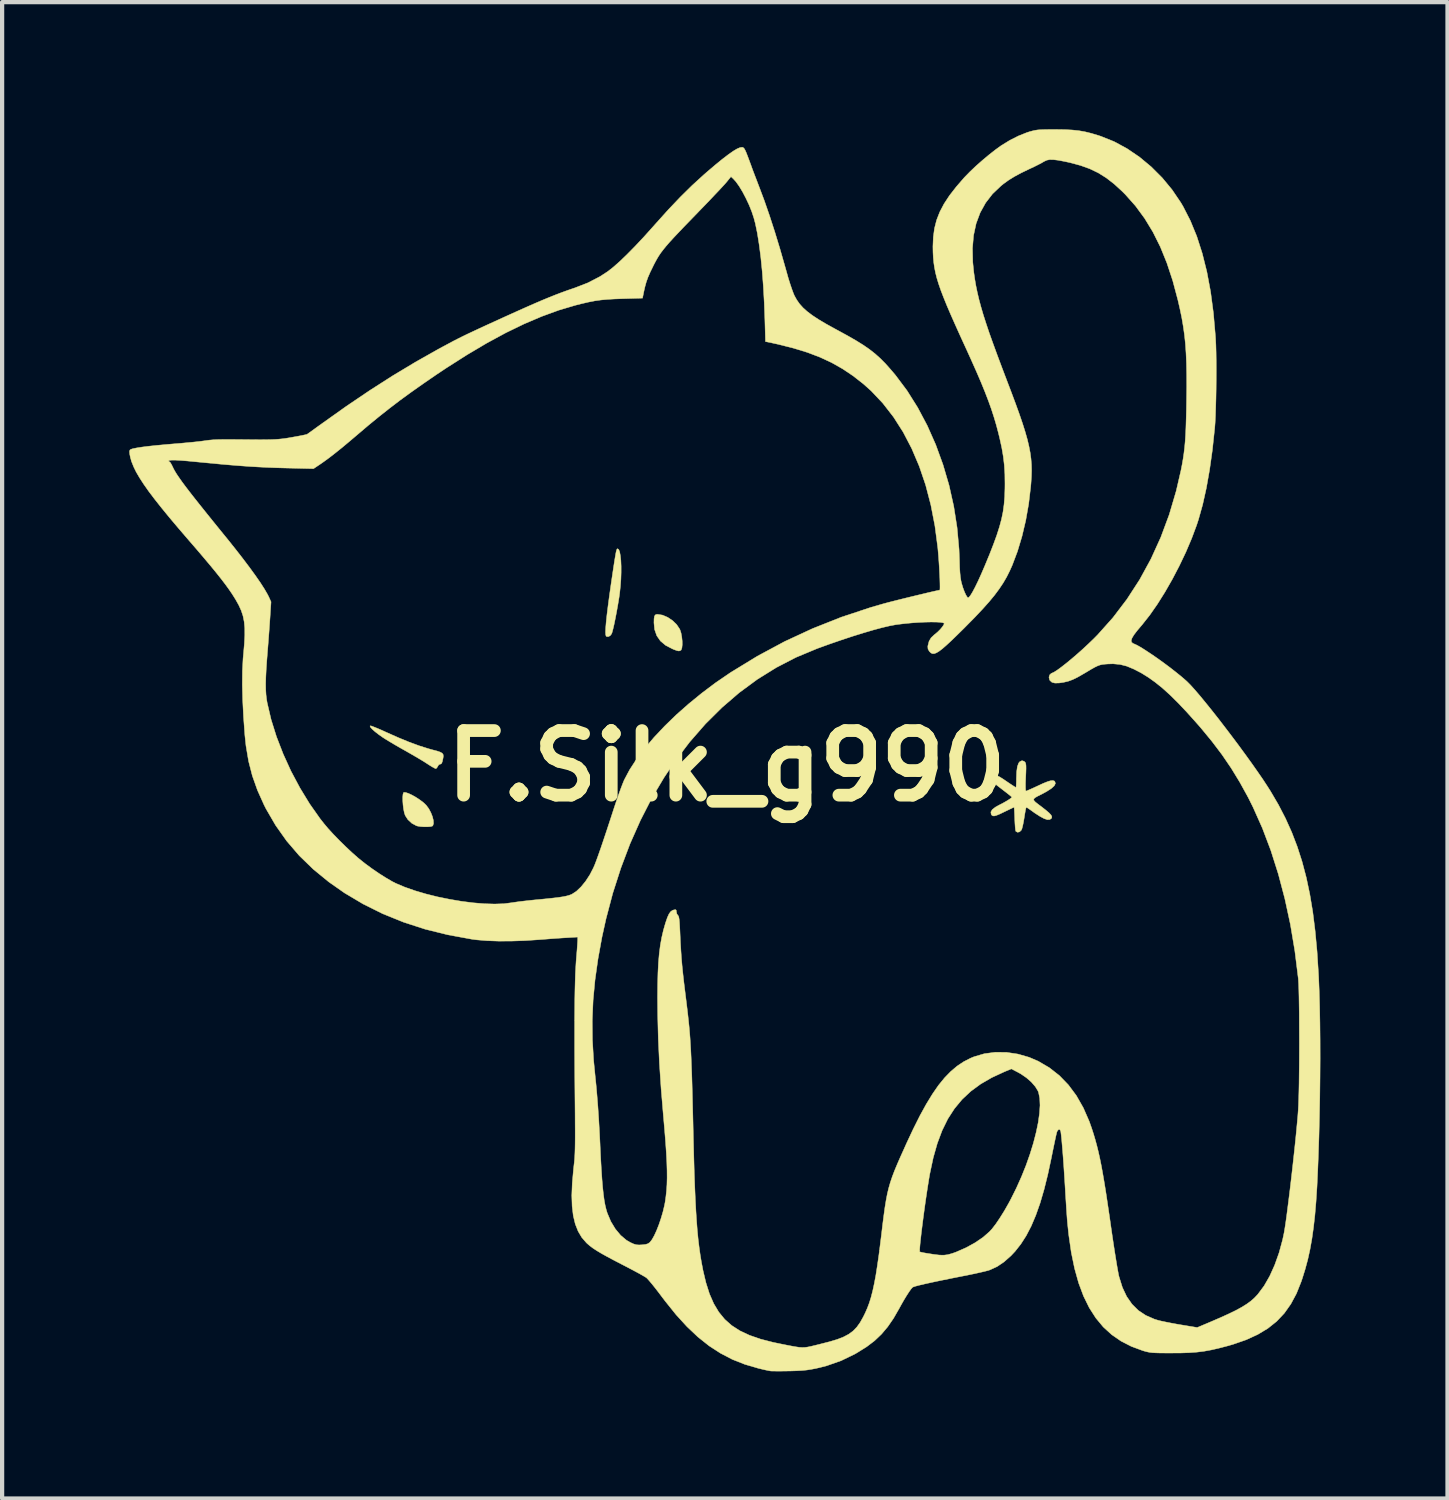
<source format=kicad_pcb>
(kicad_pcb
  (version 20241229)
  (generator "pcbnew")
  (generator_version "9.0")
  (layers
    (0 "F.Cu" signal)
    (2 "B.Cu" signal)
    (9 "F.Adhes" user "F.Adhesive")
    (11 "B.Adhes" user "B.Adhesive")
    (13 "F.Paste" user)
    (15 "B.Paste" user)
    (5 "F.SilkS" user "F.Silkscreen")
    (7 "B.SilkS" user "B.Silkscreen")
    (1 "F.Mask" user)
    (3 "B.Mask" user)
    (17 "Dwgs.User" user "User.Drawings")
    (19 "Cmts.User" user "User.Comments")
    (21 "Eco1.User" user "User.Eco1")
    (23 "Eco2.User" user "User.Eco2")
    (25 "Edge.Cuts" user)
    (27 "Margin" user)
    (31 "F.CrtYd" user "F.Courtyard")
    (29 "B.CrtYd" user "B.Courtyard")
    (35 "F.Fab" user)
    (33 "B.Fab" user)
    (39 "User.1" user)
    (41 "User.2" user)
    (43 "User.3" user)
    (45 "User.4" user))
  (footprint "F.Silk_g990"
    (layer "F.Cu")
    (at 14.094 15.022)
    (property "Reference" "F.Silk_g990" (at 0 0 0) (layer "F.SilkS") (effects (font (size 1.524 1.524) (thickness 0.3))))
    (attr through_hole)
    (fp_poly (pts (xy -1.512 -3.559) (xy -1.391 -3.507) (xy -1.277 -3.431) (xy -1.179 -3.336) (xy -1.109 -3.231) (xy -1.1 -3.213) (xy -1.075 -3.136) (xy -1.058 -3.044) (xy -1.048 -2.948) (xy -1.047 -2.858) (xy -1.055 -2.784) (xy -1.072 -2.738) (xy -1.079 -2.73) (xy -1.107 -2.716) (xy -1.136 -2.713) (xy -1.178 -2.723) (xy -1.243 -2.747) (xy -1.276 -2.761) (xy -1.437 -2.844) (xy -1.561 -2.948) (xy -1.648 -3.073) (xy -1.699 -3.22) (xy -1.714 -3.377) (xy -1.712 -3.471) (xy -1.703 -3.531) (xy -1.684 -3.563) (xy -1.652 -3.576) (xy -1.628 -3.577) (xy -1.512 -3.559)) (stroke (width 0.01) (type solid)) (fill yes) (layer "F.SilkS"))
    (fp_poly (pts (xy -7.572 0.626) (xy -7.504 0.649) (xy -7.419 0.689) (xy -7.328 0.741) (xy -7.237 0.801) (xy -7.156 0.862) (xy -7.093 0.922) (xy -7.089 0.926) (xy -7.028 1.008) (xy -6.978 1.101) (xy -6.941 1.195) (xy -6.919 1.284) (xy -6.915 1.357) (xy -6.931 1.408) (xy -6.943 1.419) (xy -6.986 1.431) (xy -7.056 1.436) (xy -7.141 1.436) (xy -7.225 1.43) (xy -7.296 1.418) (xy -7.319 1.411) (xy -7.428 1.352) (xy -7.522 1.264) (xy -7.584 1.167) (xy -7.605 1.102) (xy -7.622 1.017) (xy -7.634 0.921) (xy -7.641 0.826) (xy -7.642 0.739) (xy -7.636 0.67) (xy -7.623 0.63) (xy -7.616 0.624) (xy -7.572 0.626)) (stroke (width 0.01) (type solid)) (fill yes) (layer "F.SilkS"))
    (fp_poly (pts (xy -2.545 -5.106) (xy -2.523 -5.049) (xy -2.507 -4.962) (xy -2.495 -4.849) (xy -2.489 -4.715) (xy -2.489 -4.565) (xy -2.494 -4.406) (xy -2.506 -4.242) (xy -2.523 -4.08) (xy -2.537 -3.979) (xy -2.566 -3.803) (xy -2.596 -3.634) (xy -2.626 -3.479) (xy -2.654 -3.342) (xy -2.68 -3.231) (xy -2.701 -3.152) (xy -2.715 -3.115) (xy -2.749 -3.072) (xy -2.795 -3.05) (xy -2.836 -3.056) (xy -2.842 -3.061) (xy -2.853 -3.092) (xy -2.857 -3.156) (xy -2.853 -3.255) (xy -2.842 -3.39) (xy -2.824 -3.561) (xy -2.798 -3.771) (xy -2.765 -4.019) (xy -2.724 -4.307) (xy -2.698 -4.484) (xy -2.671 -4.665) (xy -2.649 -4.809) (xy -2.631 -4.919) (xy -2.617 -5.001) (xy -2.606 -5.058) (xy -2.596 -5.094) (xy -2.587 -5.115) (xy -2.578 -5.123) (xy -2.572 -5.125) (xy -2.545 -5.106)) (stroke (width 0.01) (type solid)) (fill yes) (layer "F.SilkS"))
    (fp_poly (pts (xy -8.38 -0.942) (xy -8.322 -0.92) (xy -8.237 -0.886) (xy -8.135 -0.842) (xy -8.019 -0.789) (xy -8.016 -0.788) (xy -7.751 -0.67) (xy -7.496 -0.565) (xy -7.257 -0.477) (xy -7.042 -0.409) (xy -6.943 -0.381) (xy -6.831 -0.352) (xy -6.756 -0.326) (xy -6.71 -0.3) (xy -6.688 -0.268) (xy -6.684 -0.226) (xy -6.691 -0.18) (xy -6.707 -0.105) (xy -6.723 -0.063) (xy -6.744 -0.045) (xy -6.765 -0.042) (xy -6.794 -0.025) (xy -6.816 0.011) (xy -6.84 0.05) (xy -6.863 0.064) (xy -6.891 0.052) (xy -6.946 0.022) (xy -7.016 -0.021) (xy -7.059 -0.049) (xy -7.133 -0.097) (xy -7.235 -0.159) (xy -7.354 -0.229) (xy -7.482 -0.303) (xy -7.596 -0.368) (xy -7.722 -0.439) (xy -7.846 -0.511) (xy -7.96 -0.579) (xy -8.055 -0.637) (xy -8.117 -0.677) (xy -8.216 -0.747) (xy -8.3 -0.813) (xy -8.363 -0.87) (xy -8.403 -0.914) (xy -8.413 -0.942) (xy -8.407 -0.947) (xy -8.38 -0.942)) (stroke (width 0.01) (type solid)) (fill yes) (layer "F.SilkS"))
    (fp_poly (pts (xy 7.019 -0.109) (xy 7.038 -0.092) (xy 7.051 -0.075) (xy 7.059 -0.048) (xy 7.064 -0.004) (xy 7.065 0.062) (xy 7.062 0.157) (xy 7.057 0.267) (xy 7.052 0.407) (xy 7.052 0.509) (xy 7.055 0.571) (xy 7.063 0.593) (xy 7.064 0.593) (xy 7.09 0.584) (xy 7.146 0.56) (xy 7.225 0.525) (xy 7.318 0.482) (xy 7.333 0.475) (xy 7.466 0.413) (xy 7.568 0.372) (xy 7.643 0.349) (xy 7.695 0.344) (xy 7.73 0.354) (xy 7.744 0.367) (xy 7.758 0.413) (xy 7.731 0.468) (xy 7.662 0.531) (xy 7.552 0.602) (xy 7.44 0.663) (xy 7.341 0.712) (xy 7.277 0.749) (xy 7.246 0.78) (xy 7.249 0.812) (xy 7.285 0.852) (xy 7.355 0.907) (xy 7.426 0.96) (xy 7.532 1.043) (xy 7.607 1.107) (xy 7.653 1.156) (xy 7.673 1.193) (xy 7.671 1.223) (xy 7.661 1.24) (xy 7.622 1.266) (xy 7.565 1.267) (xy 7.489 1.241) (xy 7.391 1.188) (xy 7.266 1.107) (xy 7.208 1.065) (xy 7.146 1.021) (xy 7.097 0.988) (xy 7.071 0.974) (xy 7.07 0.974) (xy 7.063 0.993) (xy 7.051 1.047) (xy 7.037 1.126) (xy 7.022 1.22) (xy 7.005 1.322) (xy 6.986 1.413) (xy 6.968 1.482) (xy 6.953 1.516) (xy 6.912 1.555) (xy 6.865 1.565) (xy 6.827 1.545) (xy 6.823 1.54) (xy 6.816 1.51) (xy 6.809 1.446) (xy 6.803 1.358) (xy 6.798 1.255) (xy 6.798 1.244) (xy 6.794 1.142) (xy 6.79 1.058) (xy 6.786 1) (xy 6.783 0.974) (xy 6.783 0.974) (xy 6.762 0.982) (xy 6.712 1.006) (xy 6.639 1.041) (xy 6.56 1.079) (xy 6.45 1.132) (xy 6.371 1.165) (xy 6.317 1.18) (xy 6.28 1.178) (xy 6.256 1.161) (xy 6.243 1.142) (xy 6.235 1.087) (xy 6.267 1.031) (xy 6.341 0.973) (xy 6.419 0.929) (xy 6.515 0.88) (xy 6.601 0.831) (xy 6.671 0.788) (xy 6.716 0.755) (xy 6.731 0.738) (xy 6.715 0.721) (xy 6.671 0.684) (xy 6.605 0.632) (xy 6.523 0.569) (xy 6.488 0.542) (xy 6.383 0.461) (xy 6.31 0.4) (xy 6.266 0.353) (xy 6.248 0.315) (xy 6.253 0.283) (xy 6.277 0.252) (xy 6.285 0.245) (xy 6.312 0.226) (xy 6.344 0.22) (xy 6.384 0.23) (xy 6.441 0.258) (xy 6.52 0.307) (xy 6.617 0.373) (xy 6.697 0.427) (xy 6.763 0.47) (xy 6.809 0.499) (xy 6.826 0.508) (xy 6.831 0.488) (xy 6.834 0.435) (xy 6.837 0.358) (xy 6.837 0.302) (xy 6.843 0.139) (xy 6.86 0.017) (xy 6.889 -0.066) (xy 6.917 -0.101) (xy 6.97 -0.125) (xy 7.019 -0.109)) (stroke (width 0.01) (type solid)) (fill yes) (layer "F.SilkS"))
    (fp_poly (pts (xy 7.975 -15.014) (xy 8.151 -15.005) (xy 8.308 -14.989) (xy 8.455 -14.963) (xy 8.605 -14.926) (xy 8.768 -14.877) (xy 8.832 -14.856) (xy 9.143 -14.731) (xy 9.448 -14.566) (xy 9.741 -14.367) (xy 10.019 -14.136) (xy 10.277 -13.878) (xy 10.511 -13.595) (xy 10.717 -13.291) (xy 10.77 -13.201) (xy 10.942 -12.865) (xy 11.093 -12.497) (xy 11.222 -12.095) (xy 11.331 -11.66) (xy 11.419 -11.191) (xy 11.486 -10.685) (xy 11.533 -10.144) (xy 11.537 -10.079) (xy 11.544 -9.936) (xy 11.549 -9.761) (xy 11.552 -9.561) (xy 11.553 -9.345) (xy 11.552 -9.118) (xy 11.55 -8.89) (xy 11.546 -8.666) (xy 11.54 -8.454) (xy 11.534 -8.262) (xy 11.526 -8.097) (xy 11.516 -7.967) (xy 11.515 -7.959) (xy 11.461 -7.453) (xy 11.395 -6.985) (xy 11.319 -6.556) (xy 11.232 -6.166) (xy 11.134 -5.816) (xy 11.09 -5.682) (xy 10.973 -5.368) (xy 10.836 -5.046) (xy 10.682 -4.723) (xy 10.516 -4.405) (xy 10.342 -4.101) (xy 10.163 -3.816) (xy 9.983 -3.558) (xy 9.806 -3.334) (xy 9.784 -3.308) (xy 9.682 -3.187) (xy 9.609 -3.091) (xy 9.565 -3.017) (xy 9.547 -2.961) (xy 9.554 -2.921) (xy 9.585 -2.893) (xy 9.615 -2.88) (xy 9.683 -2.849) (xy 9.779 -2.795) (xy 9.895 -2.721) (xy 10.028 -2.633) (xy 10.17 -2.535) (xy 10.317 -2.429) (xy 10.462 -2.321) (xy 10.6 -2.213) (xy 10.725 -2.112) (xy 10.833 -2.019) (xy 10.865 -1.99) (xy 10.946 -1.908) (xy 11.048 -1.795) (xy 11.168 -1.655) (xy 11.302 -1.492) (xy 11.448 -1.311) (xy 11.602 -1.116) (xy 11.761 -0.909) (xy 11.923 -0.696) (xy 12.084 -0.481) (xy 12.24 -0.268) (xy 12.39 -0.06) (xy 12.529 0.138) (xy 12.656 0.322) (xy 12.765 0.489) (xy 12.833 0.596) (xy 13.02 0.915) (xy 13.187 1.238) (xy 13.335 1.567) (xy 13.465 1.907) (xy 13.579 2.261) (xy 13.677 2.633) (xy 13.76 3.026) (xy 13.83 3.445) (xy 13.886 3.894) (xy 13.931 4.375) (xy 13.964 4.893) (xy 13.969 4.985) (xy 13.982 5.308) (xy 13.992 5.669) (xy 13.999 6.06) (xy 14.003 6.477) (xy 14.004 6.914) (xy 14.001 7.366) (xy 13.996 7.827) (xy 13.987 8.291) (xy 13.976 8.753) (xy 13.961 9.208) (xy 13.948 9.536) (xy 13.93 9.926) (xy 13.907 10.28) (xy 13.88 10.6) (xy 13.847 10.892) (xy 13.809 11.161) (xy 13.764 11.411) (xy 13.712 11.647) (xy 13.651 11.873) (xy 13.582 12.095) (xy 13.556 12.171) (xy 13.445 12.449) (xy 13.313 12.695) (xy 13.159 12.913) (xy 12.979 13.104) (xy 12.771 13.27) (xy 12.532 13.414) (xy 12.26 13.539) (xy 11.952 13.646) (xy 11.824 13.683) (xy 11.617 13.737) (xy 11.434 13.779) (xy 11.263 13.81) (xy 11.094 13.831) (xy 10.914 13.844) (xy 10.713 13.851) (xy 10.509 13.852) (xy 10.348 13.852) (xy 10.223 13.851) (xy 10.126 13.848) (xy 10.05 13.844) (xy 9.989 13.837) (xy 9.936 13.827) (xy 9.883 13.814) (xy 9.824 13.797) (xy 9.815 13.794) (xy 9.548 13.695) (xy 9.305 13.57) (xy 9.085 13.418) (xy 8.887 13.237) (xy 8.711 13.025) (xy 8.556 12.783) (xy 8.421 12.508) (xy 8.306 12.2) (xy 8.21 11.857) (xy 8.132 11.478) (xy 8.072 11.062) (xy 8.044 10.795) (xy 8.036 10.705) (xy 8.027 10.581) (xy 8.017 10.434) (xy 8.007 10.272) (xy 7.996 10.105) (xy 7.99 9.991) (xy 7.979 9.811) (xy 7.967 9.625) (xy 7.955 9.439) (xy 7.942 9.258) (xy 7.929 9.089) (xy 7.916 8.937) (xy 7.905 8.807) (xy 7.894 8.706) (xy 7.886 8.639) (xy 7.883 8.62) (xy 7.864 8.58) (xy 7.835 8.577) (xy 7.805 8.609) (xy 7.791 8.641) (xy 7.781 8.681) (xy 7.764 8.755) (xy 7.742 8.858) (xy 7.716 8.983) (xy 7.687 9.123) (xy 7.664 9.239) (xy 7.579 9.637) (xy 7.49 9.995) (xy 7.396 10.316) (xy 7.295 10.602) (xy 7.187 10.857) (xy 7.07 11.082) (xy 6.943 11.28) (xy 6.806 11.454) (xy 6.709 11.557) (xy 6.544 11.703) (xy 6.381 11.813) (xy 6.213 11.89) (xy 6.185 11.9) (xy 6.129 11.915) (xy 6.039 11.937) (xy 5.924 11.963) (xy 5.79 11.992) (xy 5.646 12.022) (xy 5.577 12.035) (xy 5.289 12.092) (xy 5.043 12.142) (xy 4.836 12.186) (xy 4.669 12.223) (xy 4.541 12.253) (xy 4.451 12.277) (xy 4.399 12.295) (xy 4.387 12.302) (xy 4.353 12.34) (xy 4.303 12.41) (xy 4.243 12.503) (xy 4.176 12.614) (xy 4.107 12.736) (xy 4.075 12.795) (xy 3.939 13.032) (xy 3.8 13.234) (xy 3.653 13.408) (xy 3.49 13.563) (xy 3.303 13.705) (xy 3.085 13.841) (xy 3.027 13.875) (xy 2.703 14.032) (xy 2.359 14.153) (xy 2.115 14.214) (xy 1.999 14.236) (xy 1.891 14.253) (xy 1.779 14.264) (xy 1.65 14.271) (xy 1.494 14.276) (xy 1.471 14.276) (xy 1.344 14.278) (xy 1.227 14.279) (xy 1.129 14.278) (xy 1.059 14.277) (xy 1.027 14.274) (xy 0.98 14.265) (xy 0.904 14.249) (xy 0.81 14.227) (xy 0.741 14.21) (xy 0.43 14.119) (xy 0.136 14.003) (xy -0.144 13.857) (xy -0.414 13.682) (xy -0.676 13.474) (xy -0.934 13.23) (xy -1.19 12.95) (xy -1.447 12.63) (xy -1.509 12.549) (xy -1.599 12.429) (xy -1.685 12.318) (xy -1.762 12.222) (xy -1.827 12.145) (xy -1.874 12.093) (xy -1.893 12.075) (xy -1.931 12.051) (xy -2.002 12.01) (xy -2.099 11.956) (xy -2.215 11.894) (xy -2.346 11.825) (xy -2.472 11.76) (xy -2.666 11.659) (xy -2.827 11.573) (xy -2.958 11.5) (xy -3.066 11.435) (xy -3.153 11.378) (xy -3.225 11.324) (xy -3.287 11.271) (xy -3.31 11.249) (xy -3.418 11.124) (xy -3.504 10.978) (xy -3.571 10.808) (xy -3.618 10.612) (xy -3.645 10.388) (xy -3.653 10.133) (xy -3.642 9.845) (xy -3.613 9.522) (xy -3.603 9.43) (xy -3.595 9.36) (xy -3.588 9.289) (xy -3.583 9.213) (xy -3.579 9.128) (xy -3.576 9.029) (xy -3.574 8.912) (xy -3.573 8.774) (xy -3.573 8.61) (xy -3.574 8.416) (xy -3.575 8.187) (xy -3.577 7.948) (xy -3.581 7.487) (xy -3.584 7.067) (xy -3.586 6.685) (xy -3.586 6.339) (xy -3.586 6.027) (xy -3.586 5.999) (xy -3.17 5.999) (xy -3.166 6.467) (xy -3.138 6.943) (xy -3.1 7.329) (xy -3.079 7.533) (xy -3.058 7.772) (xy -3.037 8.038) (xy -3.018 8.323) (xy -3.001 8.621) (xy -2.986 8.924) (xy -2.985 8.954) (xy -2.971 9.254) (xy -2.956 9.516) (xy -2.941 9.742) (xy -2.925 9.937) (xy -2.907 10.103) (xy -2.888 10.245) (xy -2.866 10.365) (xy -2.841 10.467) (xy -2.817 10.547) (xy -2.732 10.748) (xy -2.625 10.925) (xy -2.5 11.075) (xy -2.362 11.191) (xy -2.274 11.242) (xy -2.195 11.278) (xy -2.132 11.297) (xy -2.067 11.302) (xy -2.002 11.299) (xy -1.916 11.29) (xy -1.858 11.273) (xy -1.815 11.244) (xy -1.81 11.24) (xy -1.762 11.178) (xy -1.708 11.083) (xy -1.652 10.961) (xy -1.597 10.821) (xy -1.546 10.67) (xy -1.501 10.517) (xy -1.466 10.368) (xy -1.452 10.298) (xy -1.433 10.164) (xy -1.418 10.027) (xy -1.408 9.88) (xy -1.404 9.721) (xy -1.405 9.545) (xy -1.411 9.348) (xy -1.423 9.125) (xy -1.44 8.873) (xy -1.463 8.588) (xy -1.491 8.265) (xy -1.492 8.255) (xy -1.545 7.621) (xy -1.585 7.019) (xy -1.612 6.44) (xy -1.626 5.876) (xy -1.63 5.461) (xy -1.627 5.153) (xy -1.62 4.881) (xy -1.608 4.64) (xy -1.589 4.424) (xy -1.564 4.229) (xy -1.531 4.047) (xy -1.491 3.875) (xy -1.442 3.705) (xy -1.437 3.69) (xy -1.397 3.574) (xy -1.36 3.493) (xy -1.323 3.44) (xy -1.281 3.409) (xy -1.244 3.396) (xy -1.202 3.391) (xy -1.187 3.409) (xy -1.185 3.44) (xy -1.173 3.493) (xy -1.15 3.524) (xy -1.138 3.539) (xy -1.128 3.567) (xy -1.12 3.613) (xy -1.113 3.684) (xy -1.107 3.785) (xy -1.1 3.92) (xy -1.098 3.971) (xy -1.089 4.173) (xy -1.078 4.357) (xy -1.066 4.531) (xy -1.051 4.707) (xy -1.032 4.892) (xy -1.009 5.098) (xy -0.98 5.333) (xy -0.972 5.397) (xy -0.951 5.566) (xy -0.932 5.721) (xy -0.915 5.866) (xy -0.9 6.004) (xy -0.886 6.139) (xy -0.874 6.274) (xy -0.863 6.412) (xy -0.854 6.557) (xy -0.845 6.713) (xy -0.837 6.883) (xy -0.83 7.07) (xy -0.822 7.278) (xy -0.815 7.51) (xy -0.808 7.77) (xy -0.801 8.062) (xy -0.793 8.388) (xy -0.785 8.752) (xy -0.783 8.837) (xy -0.773 9.241) (xy -0.763 9.605) (xy -0.751 9.934) (xy -0.738 10.232) (xy -0.724 10.5) (xy -0.708 10.744) (xy -0.691 10.965) (xy -0.671 11.169) (xy -0.648 11.358) (xy -0.623 11.535) (xy -0.595 11.704) (xy -0.563 11.869) (xy -0.559 11.894) (xy -0.488 12.193) (xy -0.404 12.457) (xy -0.304 12.686) (xy -0.185 12.885) (xy -0.044 13.057) (xy 0.121 13.203) (xy 0.315 13.328) (xy 0.54 13.433) (xy 0.799 13.523) (xy 1.094 13.599) (xy 1.238 13.629) (xy 1.401 13.662) (xy 1.53 13.687) (xy 1.632 13.705) (xy 1.714 13.717) (xy 1.784 13.721) (xy 1.849 13.719) (xy 1.916 13.71) (xy 1.993 13.694) (xy 2.088 13.671) (xy 2.207 13.642) (xy 2.221 13.638) (xy 2.436 13.583) (xy 2.615 13.529) (xy 2.762 13.471) (xy 2.884 13.406) (xy 2.985 13.331) (xy 3.072 13.241) (xy 3.15 13.132) (xy 3.223 13.002) (xy 3.27 12.907) (xy 3.32 12.793) (xy 3.366 12.671) (xy 3.408 12.536) (xy 3.447 12.385) (xy 3.484 12.214) (xy 3.521 12.018) (xy 3.556 11.794) (xy 3.593 11.538) (xy 3.606 11.437) (xy 4.553 11.437) (xy 4.556 11.463) (xy 4.556 11.463) (xy 4.581 11.471) (xy 4.638 11.484) (xy 4.717 11.498) (xy 4.807 11.512) (xy 4.898 11.526) (xy 4.98 11.536) (xy 5.027 11.541) (xy 5.126 11.543) (xy 5.221 11.531) (xy 5.327 11.501) (xy 5.419 11.468) (xy 5.653 11.365) (xy 5.865 11.248) (xy 6.051 11.121) (xy 6.203 10.988) (xy 6.261 10.925) (xy 6.35 10.81) (xy 6.448 10.665) (xy 6.553 10.497) (xy 6.656 10.316) (xy 6.706 10.223) (xy 6.837 9.96) (xy 6.957 9.692) (xy 7.065 9.423) (xy 7.159 9.156) (xy 7.239 8.897) (xy 7.303 8.648) (xy 7.352 8.414) (xy 7.382 8.199) (xy 7.395 8.007) (xy 7.388 7.842) (xy 7.361 7.707) (xy 7.346 7.668) (xy 7.284 7.566) (xy 7.191 7.459) (xy 7.075 7.357) (xy 6.944 7.267) (xy 6.876 7.229) (xy 6.718 7.147) (xy 6.55 7.217) (xy 6.256 7.353) (xy 5.994 7.505) (xy 5.761 7.676) (xy 5.556 7.868) (xy 5.376 8.085) (xy 5.219 8.328) (xy 5.085 8.601) (xy 4.971 8.905) (xy 4.875 9.244) (xy 4.795 9.62) (xy 4.785 9.673) (xy 4.762 9.814) (xy 4.737 9.972) (xy 4.711 10.143) (xy 4.685 10.322) (xy 4.66 10.503) (xy 4.636 10.683) (xy 4.614 10.855) (xy 4.594 11.016) (xy 4.578 11.159) (xy 4.565 11.28) (xy 4.557 11.375) (xy 4.553 11.437) (xy 3.606 11.437) (xy 3.63 11.245) (xy 3.652 11.07) (xy 3.682 10.817) (xy 3.71 10.599) (xy 3.736 10.411) (xy 3.763 10.246) (xy 3.791 10.099) (xy 3.824 9.962) (xy 3.862 9.829) (xy 3.907 9.695) (xy 3.961 9.553) (xy 4.026 9.397) (xy 4.103 9.22) (xy 4.195 9.017) (xy 4.242 8.911) (xy 4.405 8.563) (xy 4.56 8.254) (xy 4.71 7.981) (xy 4.856 7.742) (xy 4.999 7.535) (xy 5.143 7.358) (xy 5.289 7.208) (xy 5.438 7.082) (xy 5.592 6.979) (xy 5.754 6.896) (xy 5.838 6.861) (xy 6.083 6.789) (xy 6.341 6.755) (xy 6.606 6.758) (xy 6.873 6.798) (xy 7.137 6.874) (xy 7.352 6.966) (xy 7.615 7.12) (xy 7.852 7.306) (xy 8.064 7.525) (xy 8.252 7.778) (xy 8.416 8.066) (xy 8.557 8.388) (xy 8.613 8.547) (xy 8.657 8.683) (xy 8.697 8.818) (xy 8.735 8.957) (xy 8.771 9.103) (xy 8.806 9.26) (xy 8.841 9.433) (xy 8.876 9.625) (xy 8.913 9.841) (xy 8.952 10.084) (xy 8.993 10.358) (xy 9.039 10.668) (xy 9.069 10.88) (xy 9.099 11.086) (xy 9.129 11.286) (xy 9.158 11.475) (xy 9.186 11.648) (xy 9.211 11.8) (xy 9.233 11.923) (xy 9.25 12.014) (xy 9.26 12.054) (xy 9.338 12.304) (xy 9.439 12.518) (xy 9.564 12.698) (xy 9.714 12.847) (xy 9.89 12.964) (xy 10.094 13.053) (xy 10.182 13.08) (xy 10.256 13.098) (xy 10.361 13.12) (xy 10.487 13.145) (xy 10.623 13.17) (xy 10.722 13.187) (xy 11.104 13.25) (xy 11.431 13.112) (xy 11.662 13.012) (xy 11.857 12.923) (xy 12.021 12.843) (xy 12.158 12.768) (xy 12.273 12.696) (xy 12.369 12.626) (xy 12.452 12.553) (xy 12.526 12.475) (xy 12.537 12.462) (xy 12.682 12.267) (xy 12.814 12.037) (xy 12.932 11.775) (xy 13.035 11.486) (xy 13.119 11.177) (xy 13.153 11.017) (xy 13.169 10.924) (xy 13.189 10.794) (xy 13.212 10.632) (xy 13.236 10.443) (xy 13.263 10.233) (xy 13.291 10.007) (xy 13.319 9.771) (xy 13.347 9.528) (xy 13.374 9.285) (xy 13.4 9.047) (xy 13.424 8.818) (xy 13.445 8.605) (xy 13.463 8.412) (xy 13.478 8.245) (xy 13.487 8.121) (xy 13.493 8.007) (xy 13.498 7.86) (xy 13.503 7.684) (xy 13.507 7.485) (xy 13.509 7.267) (xy 13.512 7.035) (xy 13.513 6.794) (xy 13.514 6.55) (xy 13.513 6.306) (xy 13.512 6.068) (xy 13.511 5.841) (xy 13.508 5.629) (xy 13.505 5.438) (xy 13.501 5.273) (xy 13.496 5.138) (xy 13.49 5.038) (xy 13.487 5.006) (xy 13.407 4.364) (xy 13.302 3.739) (xy 13.171 3.133) (xy 13.017 2.549) (xy 12.84 1.992) (xy 12.64 1.464) (xy 12.419 0.969) (xy 12.305 0.741) (xy 12.11 0.387) (xy 11.907 0.054) (xy 11.689 -0.266) (xy 11.449 -0.583) (xy 11.181 -0.908) (xy 11.086 -1.016) (xy 10.861 -1.267) (xy 10.656 -1.484) (xy 10.465 -1.673) (xy 10.286 -1.835) (xy 10.115 -1.973) (xy 9.948 -2.092) (xy 9.782 -2.195) (xy 9.612 -2.283) (xy 9.608 -2.285) (xy 9.44 -2.355) (xy 9.282 -2.395) (xy 9.118 -2.41) (xy 8.992 -2.406) (xy 8.921 -2.401) (xy 8.863 -2.394) (xy 8.81 -2.382) (xy 8.755 -2.362) (xy 8.69 -2.331) (xy 8.609 -2.286) (xy 8.504 -2.223) (xy 8.426 -2.177) (xy 8.287 -2.097) (xy 8.169 -2.039) (xy 8.061 -1.999) (xy 7.951 -1.973) (xy 7.849 -1.958) (xy 7.748 -1.955) (xy 7.677 -1.973) (xy 7.63 -2.015) (xy 7.62 -2.032) (xy 7.606 -2.092) (xy 7.622 -2.148) (xy 7.661 -2.185) (xy 7.673 -2.189) (xy 7.724 -2.212) (xy 7.801 -2.261) (xy 7.898 -2.332) (xy 8.012 -2.421) (xy 8.137 -2.524) (xy 8.269 -2.637) (xy 8.403 -2.756) (xy 8.534 -2.878) (xy 8.658 -2.997) (xy 8.753 -3.093) (xy 9.116 -3.5) (xy 9.446 -3.934) (xy 9.745 -4.395) (xy 10.011 -4.882) (xy 10.244 -5.394) (xy 10.443 -5.929) (xy 10.608 -6.488) (xy 10.72 -6.972) (xy 10.748 -7.115) (xy 10.771 -7.248) (xy 10.79 -7.378) (xy 10.806 -7.511) (xy 10.819 -7.652) (xy 10.829 -7.808) (xy 10.837 -7.984) (xy 10.843 -8.186) (xy 10.849 -8.421) (xy 10.852 -8.615) (xy 10.856 -8.944) (xy 10.855 -9.237) (xy 10.85 -9.5) (xy 10.84 -9.739) (xy 10.825 -9.96) (xy 10.803 -10.169) (xy 10.774 -10.373) (xy 10.739 -10.578) (xy 10.695 -10.788) (xy 10.647 -10.996) (xy 10.526 -11.45) (xy 10.388 -11.867) (xy 10.233 -12.249) (xy 10.058 -12.599) (xy 9.863 -12.92) (xy 9.647 -13.214) (xy 9.408 -13.483) (xy 9.332 -13.559) (xy 9.142 -13.733) (xy 8.957 -13.876) (xy 8.77 -13.993) (xy 8.571 -14.089) (xy 8.351 -14.168) (xy 8.103 -14.235) (xy 7.963 -14.265) (xy 7.82 -14.292) (xy 7.71 -14.305) (xy 7.624 -14.306) (xy 7.556 -14.293) (xy 7.497 -14.266) (xy 7.479 -14.256) (xy 7.428 -14.226) (xy 7.349 -14.185) (xy 7.253 -14.137) (xy 7.15 -14.089) (xy 7.146 -14.087) (xy 6.955 -13.995) (xy 6.796 -13.91) (xy 6.658 -13.825) (xy 6.533 -13.735) (xy 6.473 -13.686) (xy 6.274 -13.497) (xy 6.111 -13.286) (xy 5.982 -13.053) (xy 5.887 -12.798) (xy 5.827 -12.519) (xy 5.801 -12.216) (xy 5.808 -11.888) (xy 5.832 -11.649) (xy 5.855 -11.489) (xy 5.882 -11.331) (xy 5.915 -11.172) (xy 5.954 -11.007) (xy 6.001 -10.832) (xy 6.056 -10.644) (xy 6.122 -10.439) (xy 6.198 -10.212) (xy 6.288 -9.961) (xy 6.39 -9.682) (xy 6.507 -9.37) (xy 6.597 -9.133) (xy 6.716 -8.82) (xy 6.82 -8.542) (xy 6.909 -8.295) (xy 6.984 -8.075) (xy 7.046 -7.878) (xy 7.096 -7.701) (xy 7.134 -7.54) (xy 7.163 -7.389) (xy 7.182 -7.247) (xy 7.193 -7.108) (xy 7.196 -6.969) (xy 7.192 -6.825) (xy 7.182 -6.674) (xy 7.174 -6.583) (xy 7.127 -6.184) (xy 7.058 -5.793) (xy 6.969 -5.417) (xy 6.863 -5.064) (xy 6.741 -4.74) (xy 6.679 -4.601) (xy 6.607 -4.458) (xy 6.525 -4.317) (xy 6.43 -4.175) (xy 6.32 -4.027) (xy 6.19 -3.87) (xy 6.038 -3.7) (xy 5.86 -3.511) (xy 5.653 -3.301) (xy 5.606 -3.253) (xy 5.44 -3.09) (xy 5.301 -2.955) (xy 5.185 -2.848) (xy 5.09 -2.765) (xy 5.012 -2.706) (xy 4.95 -2.669) (xy 4.899 -2.65) (xy 4.858 -2.65) (xy 4.823 -2.665) (xy 4.792 -2.694) (xy 4.783 -2.704) (xy 4.752 -2.757) (xy 4.747 -2.816) (xy 4.751 -2.844) (xy 4.777 -2.943) (xy 4.824 -3.023) (xy 4.902 -3.097) (xy 4.921 -3.111) (xy 4.982 -3.163) (xy 5.041 -3.222) (xy 5.09 -3.281) (xy 5.124 -3.331) (xy 5.134 -3.363) (xy 5.133 -3.366) (xy 5.102 -3.38) (xy 5.036 -3.39) (xy 4.939 -3.395) (xy 4.818 -3.396) (xy 4.679 -3.393) (xy 4.528 -3.386) (xy 4.37 -3.375) (xy 4.212 -3.36) (xy 4.059 -3.342) (xy 3.993 -3.333) (xy 3.848 -3.306) (xy 3.669 -3.264) (xy 3.461 -3.208) (xy 3.227 -3.139) (xy 2.973 -3.06) (xy 2.704 -2.971) (xy 2.423 -2.874) (xy 2.136 -2.77) (xy 2.117 -2.762) (xy 1.637 -2.562) (xy 1.173 -2.322) (xy 0.727 -2.045) (xy 0.299 -1.73) (xy -0.11 -1.378) (xy -0.5 -0.991) (xy -0.869 -0.568) (xy -1.218 -0.111) (xy -1.477 0.275) (xy -1.767 0.763) (xy -2.033 1.283) (xy -2.277 1.832) (xy -2.494 2.406) (xy -2.685 2.999) (xy -2.846 3.609) (xy -2.94 4.034) (xy -3.035 4.555) (xy -3.105 5.051) (xy -3.15 5.529) (xy -3.17 5.999) (xy -3.586 5.999) (xy -3.584 5.747) (xy -3.582 5.498) (xy -3.578 5.276) (xy -3.573 5.08) (xy -3.568 4.909) (xy -3.56 4.759) (xy -3.552 4.629) (xy -3.549 4.583) (xy -3.538 4.449) (xy -3.528 4.327) (xy -3.521 4.223) (xy -3.516 4.145) (xy -3.514 4.101) (xy -3.514 4.098) (xy -3.514 4.037) (xy -3.762 4.052) (xy -3.867 4.058) (xy -4.001 4.067) (xy -4.152 4.078) (xy -4.308 4.09) (xy -4.424 4.099) (xy -4.758 4.121) (xy -5.079 4.132) (xy -5.38 4.133) (xy -5.655 4.123) (xy -5.897 4.103) (xy -6.011 4.088) (xy -6.577 3.984) (xy -7.115 3.851) (xy -7.626 3.685) (xy -8.112 3.488) (xy -8.575 3.258) (xy -9.016 2.996) (xy -9.387 2.736) (xy -9.751 2.438) (xy -10.083 2.116) (xy -10.38 1.77) (xy -10.641 1.401) (xy -10.867 1.012) (xy -10.913 0.921) (xy -11.069 0.574) (xy -11.19 0.233) (xy -11.279 -0.113) (xy -11.34 -0.475) (xy -11.366 -0.72) (xy -11.398 -1.157) (xy -11.418 -1.556) (xy -11.427 -1.917) (xy -11.424 -2.244) (xy -11.409 -2.537) (xy -11.398 -2.656) (xy -11.378 -2.888) (xy -11.368 -3.085) (xy -11.369 -3.254) (xy -11.383 -3.403) (xy -11.41 -3.539) (xy -11.453 -3.668) (xy -11.512 -3.797) (xy -11.589 -3.934) (xy -11.669 -4.061) (xy -11.741 -4.166) (xy -11.825 -4.282) (xy -11.925 -4.413) (xy -12.042 -4.56) (xy -12.179 -4.727) (xy -12.338 -4.916) (xy -12.522 -5.132) (xy -12.679 -5.313) (xy -12.923 -5.597) (xy -13.139 -5.853) (xy -13.328 -6.084) (xy -13.492 -6.291) (xy -13.633 -6.477) (xy -13.751 -6.645) (xy -13.849 -6.796) (xy -13.929 -6.932) (xy -13.99 -7.057) (xy -14.036 -7.172) (xy -14.044 -7.197) (xy -13.166 -7.197) (xy -13.15 -7.176) (xy -13.144 -7.176) (xy -13.125 -7.158) (xy -13.097 -7.111) (xy -13.07 -7.056) (xy -13.045 -7.004) (xy -13.012 -6.945) (xy -12.97 -6.877) (xy -12.916 -6.798) (xy -12.85 -6.704) (xy -12.769 -6.595) (xy -12.672 -6.468) (xy -12.557 -6.321) (xy -12.422 -6.151) (xy -12.266 -5.956) (xy -12.087 -5.734) (xy -11.883 -5.482) (xy -11.788 -5.366) (xy -11.597 -5.127) (xy -11.42 -4.9) (xy -11.26 -4.688) (xy -11.119 -4.494) (xy -10.999 -4.321) (xy -10.903 -4.171) (xy -10.832 -4.048) (xy -10.803 -3.991) (xy -10.749 -3.872) (xy -10.773 -3.497) (xy -10.784 -3.336) (xy -10.797 -3.154) (xy -10.811 -2.968) (xy -10.824 -2.8) (xy -10.828 -2.752) (xy -10.848 -2.498) (xy -10.863 -2.281) (xy -10.872 -2.096) (xy -10.876 -1.938) (xy -10.874 -1.801) (xy -10.867 -1.681) (xy -10.854 -1.572) (xy -10.84 -1.489) (xy -10.748 -1.096) (xy -10.621 -0.691) (xy -10.463 -0.283) (xy -10.278 0.123) (xy -10.068 0.517) (xy -9.839 0.893) (xy -9.592 1.244) (xy -9.496 1.366) (xy -9.397 1.483) (xy -9.273 1.618) (xy -9.133 1.762) (xy -8.985 1.907) (xy -8.838 2.045) (xy -8.701 2.166) (xy -8.678 2.185) (xy -8.532 2.302) (xy -8.372 2.42) (xy -8.206 2.534) (xy -8.045 2.636) (xy -7.899 2.722) (xy -7.805 2.77) (xy -7.592 2.86) (xy -7.352 2.944) (xy -7.091 3.021) (xy -6.818 3.089) (xy -6.537 3.146) (xy -6.255 3.194) (xy -5.98 3.229) (xy -5.717 3.251) (xy -5.473 3.258) (xy -5.255 3.251) (xy -5.071 3.227) (xy -4.998 3.216) (xy -4.892 3.201) (xy -4.763 3.186) (xy -4.62 3.17) (xy -4.472 3.155) (xy -4.446 3.153) (xy -4.252 3.134) (xy -4.094 3.117) (xy -3.968 3.102) (xy -3.869 3.087) (xy -3.791 3.072) (xy -3.729 3.056) (xy -3.678 3.038) (xy -3.65 3.026) (xy -3.544 2.957) (xy -3.435 2.853) (xy -3.327 2.721) (xy -3.226 2.566) (xy -3.143 2.405) (xy -3.112 2.334) (xy -3.074 2.235) (xy -3.027 2.105) (xy -2.97 1.943) (xy -2.904 1.748) (xy -2.827 1.518) (xy -2.739 1.25) (xy -2.648 0.97) (xy -2.599 0.824) (xy -2.549 0.679) (xy -2.5 0.545) (xy -2.456 0.429) (xy -2.421 0.343) (xy -2.413 0.325) (xy -2.288 0.09) (xy -2.128 -0.157) (xy -1.935 -0.413) (xy -1.711 -0.676) (xy -1.462 -0.94) (xy -1.189 -1.205) (xy -0.895 -1.465) (xy -0.585 -1.718) (xy -0.262 -1.961) (xy 0.073 -2.19) (xy 0.095 -2.205) (xy 0.725 -2.59) (xy 1.369 -2.936) (xy 2.03 -3.242) (xy 2.708 -3.511) (xy 3.406 -3.742) (xy 3.704 -3.828) (xy 3.786 -3.85) (xy 3.894 -3.878) (xy 4.021 -3.91) (xy 4.161 -3.945) (xy 4.308 -3.981) (xy 4.456 -4.017) (xy 4.599 -4.051) (xy 4.731 -4.083) (xy 4.847 -4.11) (xy 4.939 -4.131) (xy 5.002 -4.144) (xy 5.029 -4.149) (xy 5.034 -4.169) (xy 5.035 -4.225) (xy 5.034 -4.31) (xy 5.031 -4.419) (xy 5.025 -4.544) (xy 5.018 -4.68) (xy 5.009 -4.821) (xy 4.999 -4.959) (xy 4.988 -5.089) (xy 4.983 -5.144) (xy 4.915 -5.662) (xy 4.819 -6.157) (xy 4.696 -6.628) (xy 4.545 -7.072) (xy 4.368 -7.488) (xy 4.166 -7.876) (xy 3.938 -8.233) (xy 3.686 -8.558) (xy 3.41 -8.85) (xy 3.223 -9.017) (xy 2.982 -9.205) (xy 2.736 -9.37) (xy 2.478 -9.516) (xy 2.203 -9.644) (xy 1.906 -9.757) (xy 1.58 -9.857) (xy 1.22 -9.948) (xy 1.078 -9.979) (xy 0.917 -10.013) (xy 0.903 -10.526) (xy 0.888 -10.928) (xy 0.867 -11.31) (xy 0.84 -11.668) (xy 0.807 -12) (xy 0.768 -12.301) (xy 0.725 -12.57) (xy 0.677 -12.801) (xy 0.642 -12.932) (xy 0.593 -13.08) (xy 0.53 -13.237) (xy 0.456 -13.394) (xy 0.378 -13.543) (xy 0.298 -13.676) (xy 0.221 -13.784) (xy 0.164 -13.847) (xy 0.103 -13.905) (xy 0.005 -13.784) (xy -0.032 -13.741) (xy -0.094 -13.673) (xy -0.178 -13.582) (xy -0.281 -13.474) (xy -0.396 -13.352) (xy -0.522 -13.221) (xy -0.654 -13.085) (xy -0.668 -13.07) (xy -0.853 -12.879) (xy -1.012 -12.715) (xy -1.146 -12.574) (xy -1.259 -12.454) (xy -1.353 -12.351) (xy -1.431 -12.261) (xy -1.495 -12.182) (xy -1.55 -12.11) (xy -1.596 -12.042) (xy -1.637 -11.975) (xy -1.676 -11.905) (xy -1.716 -11.829) (xy -1.733 -11.794) (xy -1.804 -11.649) (xy -1.857 -11.527) (xy -1.896 -11.417) (xy -1.927 -11.305) (xy -1.947 -11.218) (xy -1.984 -11.038) (xy -2.447 -11.025) (xy -2.647 -11.018) (xy -2.816 -11.008) (xy -2.966 -10.994) (xy -3.108 -10.974) (xy -3.252 -10.946) (xy -3.412 -10.909) (xy -3.567 -10.87) (xy -3.958 -10.754) (xy -4.361 -10.607) (xy -4.777 -10.43) (xy -5.208 -10.221) (xy -5.657 -9.978) (xy -6.123 -9.702) (xy -6.61 -9.392) (xy -6.843 -9.237) (xy -7.157 -9.021) (xy -7.442 -8.82) (xy -7.707 -8.627) (xy -7.957 -8.436) (xy -8.202 -8.242) (xy -8.45 -8.039) (xy -8.678 -7.845) (xy -8.889 -7.666) (xy -9.073 -7.512) (xy -9.235 -7.382) (xy -9.378 -7.271) (xy -9.507 -7.177) (xy -9.599 -7.113) (xy -9.747 -7.014) (xy -10.425 -7.03) (xy -10.637 -7.036) (xy -10.842 -7.044) (xy -11.045 -7.054) (xy -11.254 -7.066) (xy -11.474 -7.082) (xy -11.713 -7.101) (xy -11.975 -7.124) (xy -12.269 -7.152) (xy -12.518 -7.176) (xy -12.716 -7.195) (xy -12.874 -7.208) (xy -12.996 -7.215) (xy -13.083 -7.216) (xy -13.138 -7.212) (xy -13.163 -7.202) (xy -13.166 -7.197) (xy -14.044 -7.197) (xy -14.068 -7.279) (xy -14.084 -7.36) (xy -14.089 -7.42) (xy -14.079 -7.453) (xy -14.06 -7.469) (xy -14.009 -7.486) (xy -13.918 -7.504) (xy -13.791 -7.524) (xy -13.631 -7.544) (xy -13.441 -7.564) (xy -13.223 -7.584) (xy -13.049 -7.599) (xy -12.888 -7.612) (xy -12.728 -7.627) (xy -12.579 -7.641) (xy -12.449 -7.655) (xy -12.347 -7.668) (xy -12.298 -7.675) (xy -12.209 -7.687) (xy -12.108 -7.696) (xy -11.989 -7.701) (xy -11.843 -7.703) (xy -11.664 -7.703) (xy -11.599 -7.702) (xy -11.366 -7.7) (xy -11.17 -7.698) (xy -11.006 -7.697) (xy -10.87 -7.698) (xy -10.755 -7.7) (xy -10.657 -7.704) (xy -10.57 -7.71) (xy -10.491 -7.718) (xy -10.412 -7.728) (xy -10.33 -7.741) (xy -10.246 -7.756) (xy -10.133 -7.776) (xy -10.033 -7.795) (xy -9.956 -7.811) (xy -9.909 -7.822) (xy -9.898 -7.826) (xy -9.875 -7.842) (xy -9.823 -7.879) (xy -9.748 -7.933) (xy -9.656 -8) (xy -9.551 -8.075) (xy -9.536 -8.086) (xy -8.969 -8.489) (xy -8.418 -8.861) (xy -7.879 -9.206) (xy -7.345 -9.527) (xy -6.816 -9.826) (xy -6.677 -9.901) (xy -6.556 -9.966) (xy -6.446 -10.025) (xy -6.34 -10.079) (xy -6.232 -10.133) (xy -6.117 -10.189) (xy -5.987 -10.25) (xy -5.837 -10.32) (xy -5.66 -10.402) (xy -5.482 -10.483) (xy -5.195 -10.614) (xy -4.942 -10.728) (xy -4.718 -10.828) (xy -4.52 -10.915) (xy -4.343 -10.991) (xy -4.183 -11.057) (xy -4.035 -11.116) (xy -3.896 -11.169) (xy -3.761 -11.218) (xy -3.625 -11.265) (xy -3.577 -11.281) (xy -3.273 -11.399) (xy -2.993 -11.544) (xy -2.806 -11.665) (xy -2.677 -11.766) (xy -2.525 -11.9) (xy -2.354 -12.064) (xy -2.164 -12.257) (xy -1.958 -12.476) (xy -1.738 -12.721) (xy -1.682 -12.784) (xy -1.38 -13.12) (xy -1.092 -13.423) (xy -0.813 -13.698) (xy -0.538 -13.949) (xy -0.46 -14.017) (xy -0.266 -14.182) (xy -0.101 -14.317) (xy 0.039 -14.424) (xy 0.154 -14.505) (xy 0.246 -14.56) (xy 0.316 -14.59) (xy 0.367 -14.597) (xy 0.38 -14.595) (xy 0.398 -14.585) (xy 0.416 -14.566) (xy 0.436 -14.531) (xy 0.461 -14.476) (xy 0.493 -14.394) (xy 0.535 -14.282) (xy 0.572 -14.182) (xy 0.61 -14.076) (xy 0.659 -13.947) (xy 0.712 -13.809) (xy 0.762 -13.677) (xy 0.77 -13.657) (xy 0.889 -13.34) (xy 1.011 -12.988) (xy 1.135 -12.606) (xy 1.258 -12.202) (xy 1.379 -11.78) (xy 1.418 -11.642) (xy 1.456 -11.506) (xy 1.498 -11.373) (xy 1.539 -11.252) (xy 1.575 -11.154) (xy 1.6 -11.095) (xy 1.656 -10.995) (xy 1.722 -10.901) (xy 1.803 -10.811) (xy 1.902 -10.722) (xy 2.024 -10.63) (xy 2.173 -10.532) (xy 2.352 -10.426) (xy 2.566 -10.308) (xy 2.625 -10.276) (xy 2.854 -10.151) (xy 3.051 -10.038) (xy 3.22 -9.933) (xy 3.368 -9.831) (xy 3.502 -9.726) (xy 3.625 -9.616) (xy 3.746 -9.494) (xy 3.868 -9.357) (xy 3.982 -9.223) (xy 4.257 -8.856) (xy 4.508 -8.457) (xy 4.734 -8.031) (xy 4.934 -7.58) (xy 5.105 -7.11) (xy 5.248 -6.624) (xy 5.359 -6.127) (xy 5.438 -5.621) (xy 5.484 -5.112) (xy 5.494 -4.847) (xy 5.498 -4.687) (xy 5.506 -4.56) (xy 5.516 -4.457) (xy 5.53 -4.37) (xy 5.543 -4.314) (xy 5.575 -4.207) (xy 5.611 -4.11) (xy 5.647 -4.032) (xy 5.68 -3.981) (xy 5.692 -3.97) (xy 5.717 -3.978) (xy 5.754 -4.024) (xy 5.804 -4.106) (xy 5.864 -4.219) (xy 5.934 -4.363) (xy 6.012 -4.536) (xy 6.097 -4.733) (xy 6.188 -4.954) (xy 6.197 -4.974) (xy 6.294 -5.223) (xy 6.374 -5.442) (xy 6.437 -5.639) (xy 6.486 -5.821) (xy 6.522 -5.995) (xy 6.546 -6.17) (xy 6.561 -6.352) (xy 6.567 -6.55) (xy 6.568 -6.657) (xy 6.565 -6.887) (xy 6.552 -7.097) (xy 6.528 -7.301) (xy 6.492 -7.511) (xy 6.441 -7.742) (xy 6.413 -7.856) (xy 6.363 -8.045) (xy 6.308 -8.231) (xy 6.247 -8.419) (xy 6.177 -8.614) (xy 6.097 -8.822) (xy 6.005 -9.048) (xy 5.898 -9.297) (xy 5.775 -9.573) (xy 5.66 -9.827) (xy 5.519 -10.134) (xy 5.396 -10.407) (xy 5.289 -10.649) (xy 5.197 -10.863) (xy 5.12 -11.053) (xy 5.055 -11.222) (xy 5.002 -11.375) (xy 4.96 -11.513) (xy 4.928 -11.641) (xy 4.904 -11.763) (xy 4.887 -11.881) (xy 4.876 -12) (xy 4.87 -12.122) (xy 4.868 -12.251) (xy 4.868 -12.259) (xy 4.877 -12.479) (xy 4.905 -12.685) (xy 4.955 -12.88) (xy 5.029 -13.07) (xy 5.129 -13.261) (xy 5.258 -13.458) (xy 5.419 -13.665) (xy 5.613 -13.889) (xy 5.627 -13.903) (xy 5.742 -14.021) (xy 5.881 -14.153) (xy 6.036 -14.29) (xy 6.194 -14.422) (xy 6.346 -14.541) (xy 6.48 -14.638) (xy 6.679 -14.76) (xy 6.884 -14.864) (xy 7.081 -14.943) (xy 7.159 -14.968) (xy 7.223 -14.985) (xy 7.282 -14.998) (xy 7.343 -15.007) (xy 7.416 -15.012) (xy 7.507 -15.015) (xy 7.626 -15.017) (xy 7.768 -15.017) (xy 7.975 -15.014)) (stroke (width 0.01) (type solid)) (fill yes) (layer "F.SilkS")))
  (gr_rect
    (start -3 -3)
    (end 31.103 32.306)
    (stroke (width 0.1) (type default))
    (fill no)
    (layer "Edge.Cuts")))
</source>
